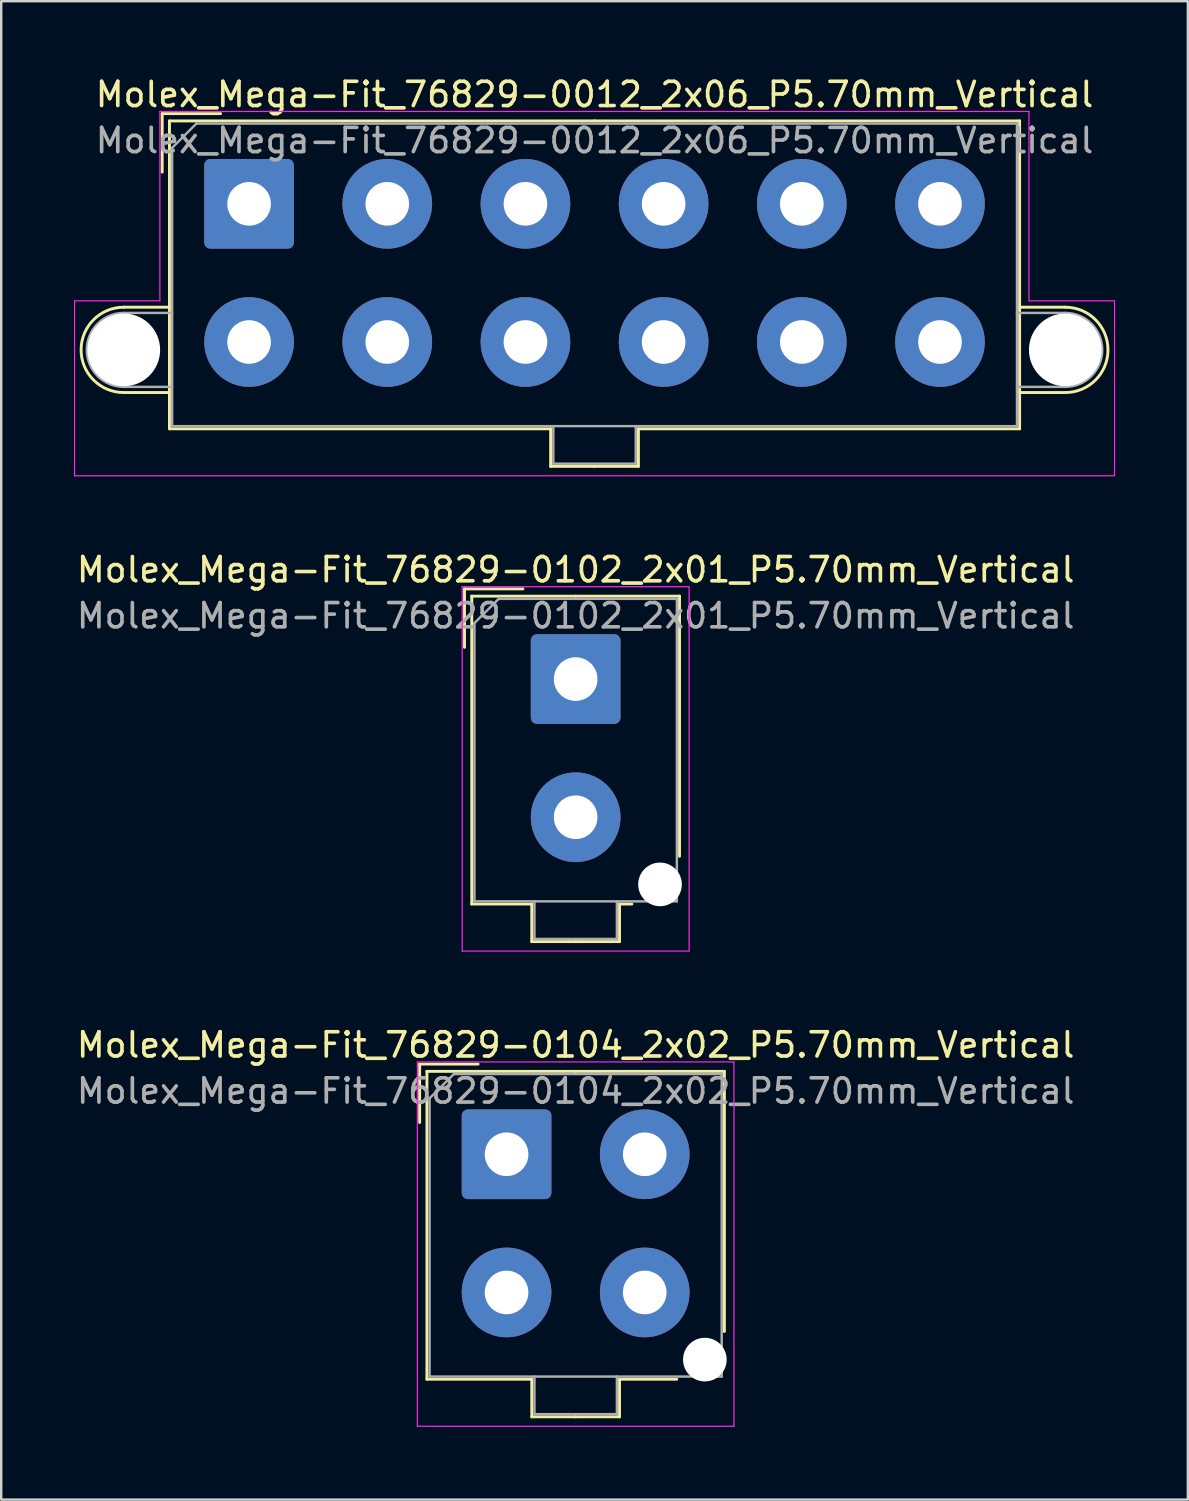
<source format=kicad_pcb>
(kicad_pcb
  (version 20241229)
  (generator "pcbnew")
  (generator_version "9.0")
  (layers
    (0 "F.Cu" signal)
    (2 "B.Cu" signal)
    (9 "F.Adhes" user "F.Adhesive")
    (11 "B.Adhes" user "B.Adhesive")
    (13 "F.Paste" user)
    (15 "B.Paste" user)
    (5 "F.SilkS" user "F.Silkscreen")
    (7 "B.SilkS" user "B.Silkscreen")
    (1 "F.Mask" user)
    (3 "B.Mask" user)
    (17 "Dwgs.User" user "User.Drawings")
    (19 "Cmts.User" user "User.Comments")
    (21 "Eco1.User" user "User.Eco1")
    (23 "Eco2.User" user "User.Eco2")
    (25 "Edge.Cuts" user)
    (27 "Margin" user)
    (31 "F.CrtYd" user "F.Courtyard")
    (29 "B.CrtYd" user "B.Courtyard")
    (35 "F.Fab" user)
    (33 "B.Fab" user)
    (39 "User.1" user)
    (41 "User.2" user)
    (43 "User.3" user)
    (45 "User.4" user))
  (footprint "Molex_Mega-Fit_76829-0104_2x02_P5.70mm_Vertical"
    (layer "F.Cu")
    (at 17.846 44.565)
    (property "Reference" "Molex_Mega-Fit_76829-0104_2x02_P5.70mm_Vertical" (at 2.85 -4.51 0) (layer "F.SilkS") (effects (font (size 1 1) (thickness 0.15))))
    (attr through_hole)
    (fp_line (start -3.585 -3.72) (end -1.175 -3.72) (stroke (width 0.12) (type solid)) (layer "F.SilkS"))
    (fp_line (start -3.585 -1.31) (end -3.585 -3.72) (stroke (width 0.12) (type solid)) (layer "F.SilkS"))
    (fp_line (start -3.285 -3.42) (end -3.285 9.28) (stroke (width 0.12) (type solid)) (layer "F.SilkS"))
    (fp_line (start -3.285 9.28) (end 1.04 9.28) (stroke (width 0.12) (type solid)) (layer "F.SilkS"))
    (fp_line (start 1.04 9.28) (end 1.04 10.83) (stroke (width 0.12) (type solid)) (layer "F.SilkS"))
    (fp_line (start 1.04 10.83) (end 2.85 10.83) (stroke (width 0.12) (type solid)) (layer "F.SilkS"))
    (fp_line (start 2.85 -3.42) (end -3.285 -3.42) (stroke (width 0.12) (type solid)) (layer "F.SilkS"))
    (fp_line (start 2.85 -3.42) (end 8.985 -3.42) (stroke (width 0.12) (type solid)) (layer "F.SilkS"))
    (fp_line (start 4.66 9.28) (end 4.66 10.83) (stroke (width 0.12) (type solid)) (layer "F.SilkS"))
    (fp_line (start 4.66 10.83) (end 2.85 10.83) (stroke (width 0.12) (type solid)) (layer "F.SilkS"))
    (fp_line (start 7.02 9.28) (end 4.66 9.28) (stroke (width 0.12) (type solid)) (layer "F.SilkS"))
    (fp_line (start 8.985 -3.42) (end 8.985 7.31) (stroke (width 0.12) (type solid)) (layer "F.SilkS"))
    (fp_line (start -3.68 -3.81) (end -3.68 11.22) (stroke (width 0.05) (type solid)) (layer "F.CrtYd"))
    (fp_line (start -3.68 11.22) (end 9.38 11.22) (stroke (width 0.05) (type solid)) (layer "F.CrtYd"))
    (fp_line (start 9.38 -3.81) (end -3.68 -3.81) (stroke (width 0.05) (type solid)) (layer "F.CrtYd"))
    (fp_line (start 9.38 11.22) (end 9.38 -3.81) (stroke (width 0.05) (type solid)) (layer "F.CrtYd"))
    (fp_line (start -3.175 -2.31) (end -3.175 9.17) (stroke (width 0.1) (type solid)) (layer "F.Fab"))
    (fp_line (start -3.175 9.17) (end 8.875 9.17) (stroke (width 0.1) (type solid)) (layer "F.Fab"))
    (fp_line (start -2.175 -3.31) (end -3.175 -2.31) (stroke (width 0.1) (type solid)) (layer "F.Fab"))
    (fp_line (start 1.15 9.17) (end 1.15 10.72) (stroke (width 0.1) (type solid)) (layer "F.Fab"))
    (fp_line (start 1.15 10.72) (end 4.55 10.72) (stroke (width 0.1) (type solid)) (layer "F.Fab"))
    (fp_line (start 4.55 10.72) (end 4.55 9.17) (stroke (width 0.1) (type solid)) (layer "F.Fab"))
    (fp_line (start 8.875 -3.31) (end -2.175 -3.31) (stroke (width 0.1) (type solid)) (layer "F.Fab"))
    (fp_line (start 8.875 9.17) (end 8.875 -3.31) (stroke (width 0.1) (type solid)) (layer "F.Fab"))
    (fp_text user "${REFERENCE}" (at 2.85 -2.61 0) (layer "F.Fab") (effects (font (size 1 1) (thickness 0.15))))
    (pad "" np_thru_hole circle (at 8.18 8.47) (size 1.8 1.8) (drill 1.8) (layers "*.Cu" "*.Mask"))
    (pad "1" thru_hole roundrect (at 0 0) (size 3.7 3.7) (drill 1.8) (layers "*.Cu" "*.Mask") (roundrect_rratio 0.068))
    (pad "2" thru_hole circle (at 5.7 0) (size 3.7 3.7) (drill 1.8) (layers "*.Cu" "*.Mask"))
    (pad "3" thru_hole circle (at 0 5.7) (size 3.7 3.7) (drill 1.8) (layers "*.Cu" "*.Mask"))
    (pad "4" thru_hole circle (at 5.7 5.7) (size 3.7 3.7) (drill 1.8) (layers "*.Cu" "*.Mask")))
  (footprint "Molex_Mega-Fit_76829-0012_2x06_P5.70mm_Vertical"
    (layer "F.Cu")
    (at 7.225 5.358)
    (property "Reference" "Molex_Mega-Fit_76829-0012_2x06_P5.70mm_Vertical" (at 14.25 -4.51 0) (layer "F.SilkS") (effects (font (size 1 1) (thickness 0.15))))
    (attr through_hole)
    (fp_line (start -5.17 4.265) (end -3.285 4.265) (stroke (width 0.12) (type solid)) (layer "F.SilkS"))
    (fp_line (start -5.17 7.785) (end -3.285 7.785) (stroke (width 0.12) (type solid)) (layer "F.SilkS"))
    (fp_line (start -3.585 -3.72) (end -1.175 -3.72) (stroke (width 0.12) (type solid)) (layer "F.SilkS"))
    (fp_line (start -3.585 -1.31) (end -3.585 -3.72) (stroke (width 0.12) (type solid)) (layer "F.SilkS"))
    (fp_line (start -3.285 -3.42) (end -3.285 9.28) (stroke (width 0.12) (type solid)) (layer "F.SilkS"))
    (fp_line (start -3.285 9.28) (end 12.44 9.28) (stroke (width 0.12) (type solid)) (layer "F.SilkS"))
    (fp_line (start 12.44 9.28) (end 12.44 10.83) (stroke (width 0.12) (type solid)) (layer "F.SilkS"))
    (fp_line (start 12.44 10.83) (end 14.25 10.83) (stroke (width 0.12) (type solid)) (layer "F.SilkS"))
    (fp_line (start 14.25 -3.42) (end -3.285 -3.42) (stroke (width 0.12) (type solid)) (layer "F.SilkS"))
    (fp_line (start 14.25 -3.42) (end 31.785 -3.42) (stroke (width 0.12) (type solid)) (layer "F.SilkS"))
    (fp_line (start 16.06 9.28) (end 16.06 10.83) (stroke (width 0.12) (type solid)) (layer "F.SilkS"))
    (fp_line (start 16.06 10.83) (end 14.25 10.83) (stroke (width 0.12) (type solid)) (layer "F.SilkS"))
    (fp_line (start 31.785 -3.42) (end 31.785 9.28) (stroke (width 0.12) (type solid)) (layer "F.SilkS"))
    (fp_line (start 31.785 9.28) (end 16.06 9.28) (stroke (width 0.12) (type solid)) (layer "F.SilkS"))
    (fp_line (start 33.67 4.265) (end 31.785 4.265) (stroke (width 0.12) (type solid)) (layer "F.SilkS"))
    (fp_line (start 33.67 7.785) (end 31.785 7.785) (stroke (width 0.12) (type solid)) (layer "F.SilkS"))
    (fp_arc (start -5.17 7.785) (mid -6.93 6.025) (end -5.17 4.265) (stroke (width 0.12) (type solid)) (layer "F.SilkS"))
    (fp_arc (start 33.67 4.265) (mid 35.43 6.025) (end 33.67 7.785) (stroke (width 0.12) (type solid)) (layer "F.SilkS"))
    (fp_line (start -7.2 4) (end -7.2 11.22) (stroke (width 0.05) (type solid)) (layer "F.CrtYd"))
    (fp_line (start -7.2 11.22) (end 35.7 11.22) (stroke (width 0.05) (type solid)) (layer "F.CrtYd"))
    (fp_line (start -3.68 -3.81) (end -3.68 4) (stroke (width 0.05) (type solid)) (layer "F.CrtYd"))
    (fp_line (start -3.68 4) (end -7.2 4) (stroke (width 0.05) (type solid)) (layer "F.CrtYd"))
    (fp_line (start 32.17 -3.81) (end -3.68 -3.81) (stroke (width 0.05) (type solid)) (layer "F.CrtYd"))
    (fp_line (start 32.17 4) (end 32.17 -3.81) (stroke (width 0.05) (type solid)) (layer "F.CrtYd"))
    (fp_line (start 35.7 4) (end 32.17 4) (stroke (width 0.05) (type solid)) (layer "F.CrtYd"))
    (fp_line (start 35.7 11.22) (end 35.7 4) (stroke (width 0.05) (type solid)) (layer "F.CrtYd"))
    (fp_line (start -5.17 4.5) (end -3.175 4.5) (stroke (width 0.1) (type solid)) (layer "F.Fab"))
    (fp_line (start -5.17 7.55) (end -3.175 7.55) (stroke (width 0.1) (type solid)) (layer "F.Fab"))
    (fp_line (start -3.175 -2.31) (end -3.175 9.17) (stroke (width 0.1) (type solid)) (layer "F.Fab"))
    (fp_line (start -3.175 9.17) (end 31.675 9.17) (stroke (width 0.1) (type solid)) (layer "F.Fab"))
    (fp_line (start -2.175 -3.31) (end -3.175 -2.31) (stroke (width 0.1) (type solid)) (layer "F.Fab"))
    (fp_line (start 12.55 9.17) (end 12.55 10.72) (stroke (width 0.1) (type solid)) (layer "F.Fab"))
    (fp_line (start 12.55 10.72) (end 15.95 10.72) (stroke (width 0.1) (type solid)) (layer "F.Fab"))
    (fp_line (start 15.95 10.72) (end 15.95 9.17) (stroke (width 0.1) (type solid)) (layer "F.Fab"))
    (fp_line (start 31.675 -3.31) (end -2.175 -3.31) (stroke (width 0.1) (type solid)) (layer "F.Fab"))
    (fp_line (start 31.675 9.17) (end 31.675 -3.31) (stroke (width 0.1) (type solid)) (layer "F.Fab"))
    (fp_line (start 33.67 4.5) (end 31.675 4.5) (stroke (width 0.1) (type solid)) (layer "F.Fab"))
    (fp_line (start 33.67 7.55) (end 31.675 7.55) (stroke (width 0.1) (type solid)) (layer "F.Fab"))
    (fp_arc (start -5.17 7.55) (mid -6.695 6.025) (end -5.17 4.5) (stroke (width 0.1) (type solid)) (layer "F.Fab"))
    (fp_arc (start 33.67 4.5) (mid 35.195 6.025) (end 33.67 7.55) (stroke (width 0.1) (type solid)) (layer "F.Fab"))
    (fp_text user "${REFERENCE}" (at 14.25 -2.61 0) (layer "F.Fab") (effects (font (size 1 1) (thickness 0.15))))
    (pad "" np_thru_hole circle (at -5.17 6.025) (size 3 3) (drill 3) (layers "*.Cu" "*.Mask"))
    (pad "" np_thru_hole circle (at 33.67 6.025) (size 3 3) (drill 3) (layers "*.Cu" "*.Mask"))
    (pad "1" thru_hole roundrect (at 0 0) (size 3.7 3.7) (drill 1.8) (layers "*.Cu" "*.Mask") (roundrect_rratio 0.068))
    (pad "2" thru_hole circle (at 5.7 0) (size 3.7 3.7) (drill 1.8) (layers "*.Cu" "*.Mask"))
    (pad "3" thru_hole circle (at 11.4 0) (size 3.7 3.7) (drill 1.8) (layers "*.Cu" "*.Mask"))
    (pad "4" thru_hole circle (at 17.1 0) (size 3.7 3.7) (drill 1.8) (layers "*.Cu" "*.Mask"))
    (pad "5" thru_hole circle (at 22.8 0) (size 3.7 3.7) (drill 1.8) (layers "*.Cu" "*.Mask"))
    (pad "6" thru_hole circle (at 28.5 0) (size 3.7 3.7) (drill 1.8) (layers "*.Cu" "*.Mask"))
    (pad "7" thru_hole circle (at 0 5.7) (size 3.7 3.7) (drill 1.8) (layers "*.Cu" "*.Mask"))
    (pad "8" thru_hole circle (at 5.7 5.7) (size 3.7 3.7) (drill 1.8) (layers "*.Cu" "*.Mask"))
    (pad "9" thru_hole circle (at 11.4 5.7) (size 3.7 3.7) (drill 1.8) (layers "*.Cu" "*.Mask"))
    (pad "10" thru_hole circle (at 17.1 5.7) (size 3.7 3.7) (drill 1.8) (layers "*.Cu" "*.Mask"))
    (pad "11" thru_hole circle (at 22.8 5.7) (size 3.7 3.7) (drill 1.8) (layers "*.Cu" "*.Mask"))
    (pad "12" thru_hole circle (at 28.5 5.7) (size 3.7 3.7) (drill 1.8) (layers "*.Cu" "*.Mask")))
  (footprint "Molex_Mega-Fit_76829-0102_2x01_P5.70mm_Vertical"
    (layer "F.Cu")
    (at 20.696 24.962)
    (property "Reference" "Molex_Mega-Fit_76829-0102_2x01_P5.70mm_Vertical" (at 0 -4.51 0) (layer "F.SilkS") (effects (font (size 1 1) (thickness 0.15))))
    (attr through_hole)
    (fp_line (start -4.585 -3.72) (end -2.175 -3.72) (stroke (width 0.12) (type solid)) (layer "F.SilkS"))
    (fp_line (start -4.585 -1.31) (end -4.585 -3.72) (stroke (width 0.12) (type solid)) (layer "F.SilkS"))
    (fp_line (start -4.285 -3.42) (end -4.285 9.28) (stroke (width 0.12) (type solid)) (layer "F.SilkS"))
    (fp_line (start -4.285 9.28) (end -1.81 9.28) (stroke (width 0.12) (type solid)) (layer "F.SilkS"))
    (fp_line (start -1.81 9.28) (end -1.81 10.83) (stroke (width 0.12) (type solid)) (layer "F.SilkS"))
    (fp_line (start -1.81 10.83) (end 0 10.83) (stroke (width 0.12) (type solid)) (layer "F.SilkS"))
    (fp_line (start 0 -3.42) (end -4.285 -3.42) (stroke (width 0.12) (type solid)) (layer "F.SilkS"))
    (fp_line (start 0 -3.42) (end 4.285 -3.42) (stroke (width 0.12) (type solid)) (layer "F.SilkS"))
    (fp_line (start 1.81 9.28) (end 1.81 10.83) (stroke (width 0.12) (type solid)) (layer "F.SilkS"))
    (fp_line (start 1.81 10.83) (end 0 10.83) (stroke (width 0.12) (type solid)) (layer "F.SilkS"))
    (fp_line (start 2.32 9.28) (end 1.81 9.28) (stroke (width 0.12) (type solid)) (layer "F.SilkS"))
    (fp_line (start 4.285 -3.42) (end 4.285 7.31) (stroke (width 0.12) (type solid)) (layer "F.SilkS"))
    (fp_line (start -4.68 -3.81) (end -4.68 11.22) (stroke (width 0.05) (type solid)) (layer "F.CrtYd"))
    (fp_line (start -4.68 11.22) (end 4.68 11.22) (stroke (width 0.05) (type solid)) (layer "F.CrtYd"))
    (fp_line (start 4.68 -3.81) (end -4.68 -3.81) (stroke (width 0.05) (type solid)) (layer "F.CrtYd"))
    (fp_line (start 4.68 11.22) (end 4.68 -3.81) (stroke (width 0.05) (type solid)) (layer "F.CrtYd"))
    (fp_line (start -4.175 -2.31) (end -4.175 9.17) (stroke (width 0.1) (type solid)) (layer "F.Fab"))
    (fp_line (start -4.175 9.17) (end 4.175 9.17) (stroke (width 0.1) (type solid)) (layer "F.Fab"))
    (fp_line (start -3.175 -3.31) (end -4.175 -2.31) (stroke (width 0.1) (type solid)) (layer "F.Fab"))
    (fp_line (start -1.7 9.17) (end -1.7 10.72) (stroke (width 0.1) (type solid)) (layer "F.Fab"))
    (fp_line (start -1.7 10.72) (end 1.7 10.72) (stroke (width 0.1) (type solid)) (layer "F.Fab"))
    (fp_line (start 1.7 10.72) (end 1.7 9.17) (stroke (width 0.1) (type solid)) (layer "F.Fab"))
    (fp_line (start 4.175 -3.31) (end -3.175 -3.31) (stroke (width 0.1) (type solid)) (layer "F.Fab"))
    (fp_line (start 4.175 9.17) (end 4.175 -3.31) (stroke (width 0.1) (type solid)) (layer "F.Fab"))
    (fp_text user "${REFERENCE}" (at 0 -2.61 0) (layer "F.Fab") (effects (font (size 1 1) (thickness 0.15))))
    (pad "" np_thru_hole circle (at 3.48 8.47) (size 1.8 1.8) (drill 1.8) (layers "*.Cu" "*.Mask"))
    (pad "1" thru_hole roundrect (at 0 0) (size 3.7 3.7) (drill 1.8) (layers "*.Cu" "*.Mask") (roundrect_rratio 0.068))
    (pad "2" thru_hole circle (at 0 5.7) (size 3.7 3.7) (drill 1.8) (layers "*.Cu" "*.Mask")))
  (gr_rect
    (start -3 -3)
    (end 45.95 58.81)
    (stroke (width 0.1) (type default))
    (fill no)
    (layer "Edge.Cuts")))
</source>
